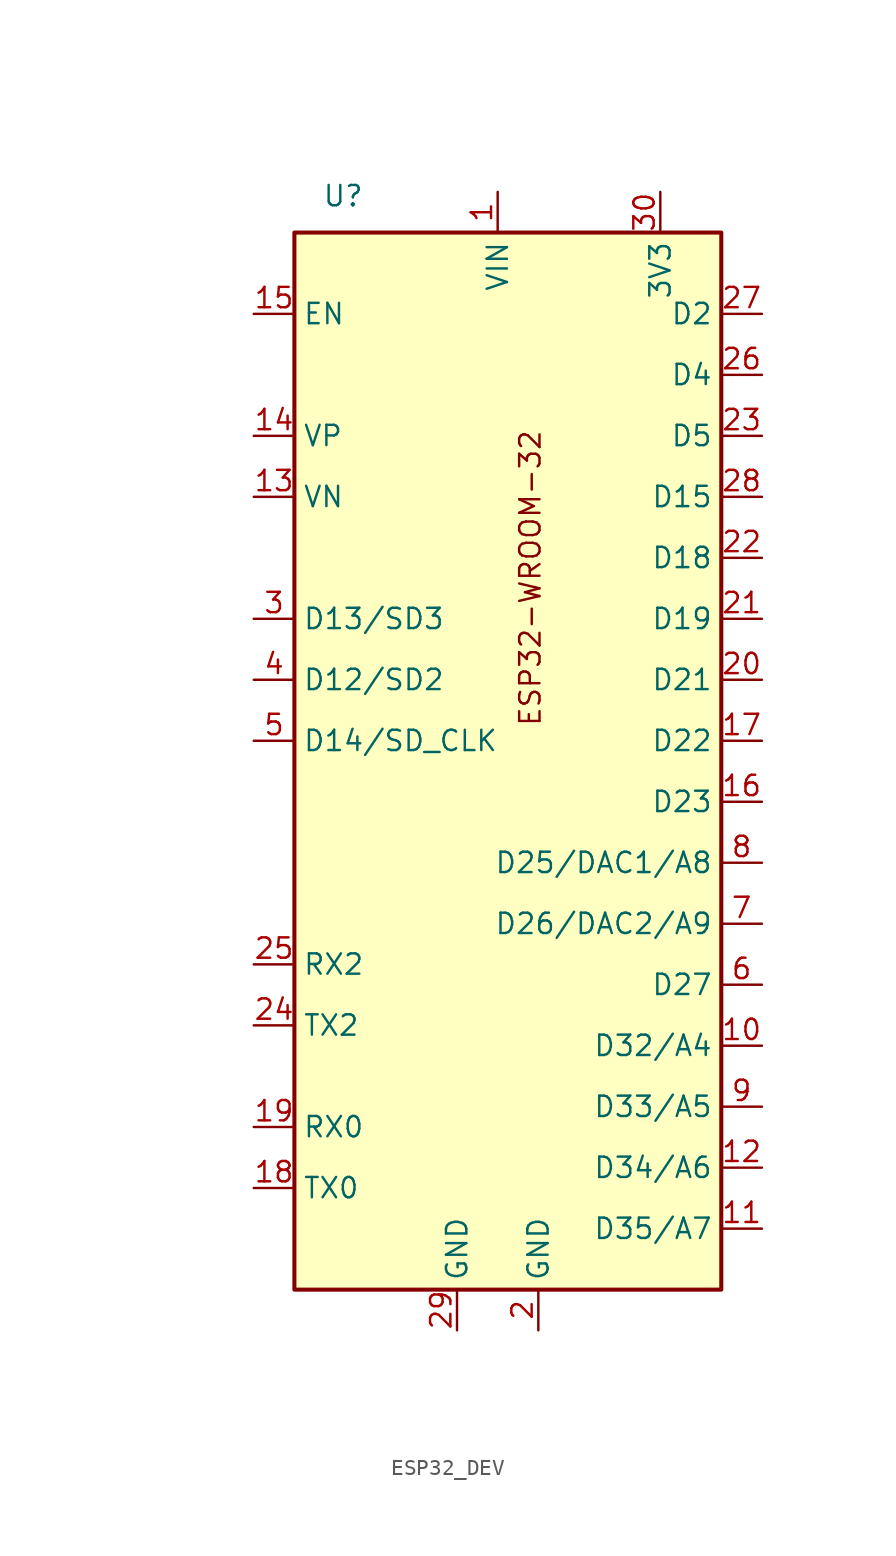
<source format=kicad_sym>
(kicad_symbol_lib
  (version 20231120)
  (generator "kicad_symbol_editor")
  (generator_version "8.0")
  (symbol "ESP32_DEV"
    (property "Reference" "U"
      (at -9.652 35.306 0)
      (effects (font (size 1.27 1.27))))
    (property "Value" ""
      (at -22.86 -3.81 0)
      (effects (font (size 1.27 1.27))))
    (symbol "ESP32_DEV_0_1"
      (rectangle (start -12.7 33.02) (end 13.97 -33.02) (stroke (width 0.254) (type default)) (fill (type background))))
    (symbol "ESP32_DEV_1_1"
      (text "ESP32-WROOM-32" (at 2.032 11.43 900) (effects (font (size 1.27 1.27))))
      (pin power_in line (at 0 35.56 270) (length 2.54) (name "VIN" (effects (font (size 1.27 1.27)))) (number "1" (effects (font (size 1.27 1.27)))))
      (pin bidirectional line (at 16.51 -17.78 180) (length 2.54) (name "D32/A4" (effects (font (size 1.27 1.27)))) (number "10" (effects (font (size 1.27 1.27)))))
      (pin bidirectional line (at 16.51 -29.21 180) (length 2.54) (name "D35/A7" (effects (font (size 1.27 1.27)))) (number "11" (effects (font (size 1.27 1.27)))))
      (pin bidirectional line (at 16.51 -25.4 180) (length 2.54) (name "D34/A6" (effects (font (size 1.27 1.27)))) (number "12" (effects (font (size 1.27 1.27)))))
      (pin input line (at -15.24 16.51 0) (length 2.54) (name "VN" (effects (font (size 1.27 1.27)))) (number "13" (effects (font (size 1.27 1.27)))))
      (pin input line (at -15.24 20.32 0) (length 2.54) (name "VP" (effects (font (size 1.27 1.27)))) (number "14" (effects (font (size 1.27 1.27)))))
      (pin input line (at -15.24 27.94 0) (length 2.54) (name "EN" (effects (font (size 1.27 1.27)))) (number "15" (effects (font (size 1.27 1.27)))))
      (pin bidirectional line (at 16.51 -2.54 180) (length 2.54) (name "D23" (effects (font (size 1.27 1.27)))) (number "16" (effects (font (size 1.27 1.27)))))
      (pin bidirectional line (at 16.51 1.27 180) (length 2.54) (name "D22" (effects (font (size 1.27 1.27)))) (number "17" (effects (font (size 1.27 1.27)))))
      (pin output line (at -15.24 -26.67 0) (length 2.54) (name "TX0" (effects (font (size 1.27 1.27)))) (number "18" (effects (font (size 1.27 1.27)))))
      (pin input line (at -15.24 -22.86 0) (length 2.54) (name "RX0" (effects (font (size 1.27 1.27)))) (number "19" (effects (font (size 1.27 1.27)))))
      (pin power_in line (at 2.54 -35.56 90) (length 2.54) (name "GND" (effects (font (size 1.27 1.27)))) (number "2" (effects (font (size 1.27 1.27)))))
      (pin bidirectional line (at 16.51 5.08 180) (length 2.54) (name "D21" (effects (font (size 1.27 1.27)))) (number "20" (effects (font (size 1.27 1.27)))))
      (pin bidirectional line (at 16.51 8.89 180) (length 2.54) (name "D19" (effects (font (size 1.27 1.27)))) (number "21" (effects (font (size 1.27 1.27)))))
      (pin bidirectional line (at 16.51 12.7 180) (length 2.54) (name "D18" (effects (font (size 1.27 1.27)))) (number "22" (effects (font (size 1.27 1.27)))))
      (pin bidirectional line (at 16.51 20.32 180) (length 2.54) (name "D5" (effects (font (size 1.27 1.27)))) (number "23" (effects (font (size 1.27 1.27)))))
      (pin output line (at -15.24 -16.51 0) (length 2.54) (name "TX2" (effects (font (size 1.27 1.27)))) (number "24" (effects (font (size 1.27 1.27)))))
      (pin input line (at -15.24 -12.7 0) (length 2.54) (name "RX2" (effects (font (size 1.27 1.27)))) (number "25" (effects (font (size 1.27 1.27)))))
      (pin bidirectional line (at 16.51 24.13 180) (length 2.54) (name "D4" (effects (font (size 1.27 1.27)))) (number "26" (effects (font (size 1.27 1.27)))))
      (pin bidirectional line (at 16.51 27.94 180) (length 2.54) (name "D2" (effects (font (size 1.27 1.27)))) (number "27" (effects (font (size 1.27 1.27)))))
      (pin bidirectional line (at 16.51 16.51 180) (length 2.54) (name "D15" (effects (font (size 1.27 1.27)))) (number "28" (effects (font (size 1.27 1.27)))))
      (pin power_in line (at -2.54 -35.56 90) (length 2.54) (name "GND" (effects (font (size 1.27 1.27)))) (number "29" (effects (font (size 1.27 1.27)))))
      (pin input line (at -15.24 8.89 0) (length 2.54) (name "D13/SD3" (effects (font (size 1.27 1.27)))) (number "3" (effects (font (size 1.27 1.27)))))
      (pin power_out line (at 10.16 35.56 270) (length 2.54) (name "3V3" (effects (font (size 1.27 1.27)))) (number "30" (effects (font (size 1.27 1.27)))))
      (pin input line (at -15.24 5.08 0) (length 2.54) (name "D12/SD2" (effects (font (size 1.27 1.27)))) (number "4" (effects (font (size 1.27 1.27)))))
      (pin input line (at -15.24 1.27 0) (length 2.54) (name "D14/SD_CLK" (effects (font (size 1.27 1.27)))) (number "5" (effects (font (size 1.27 1.27)))))
      (pin bidirectional line (at 16.51 -13.97 180) (length 2.54) (name "D27" (effects (font (size 1.27 1.27)))) (number "6" (effects (font (size 1.27 1.27)))))
      (pin bidirectional line (at 16.51 -10.16 180) (length 2.54) (name "D26/DAC2/A9" (effects (font (size 1.27 1.27)))) (number "7" (effects (font (size 1.27 1.27)))))
      (pin bidirectional line (at 16.51 -6.35 180) (length 2.54) (name "D25/DAC1/A8" (effects (font (size 1.27 1.27)))) (number "8" (effects (font (size 1.27 1.27)))))
      (pin bidirectional line (at 16.51 -21.59 180) (length 2.54) (name "D33/A5" (effects (font (size 1.27 1.27)))) (number "9" (effects (font (size 1.27 1.27))))))))
</source>
